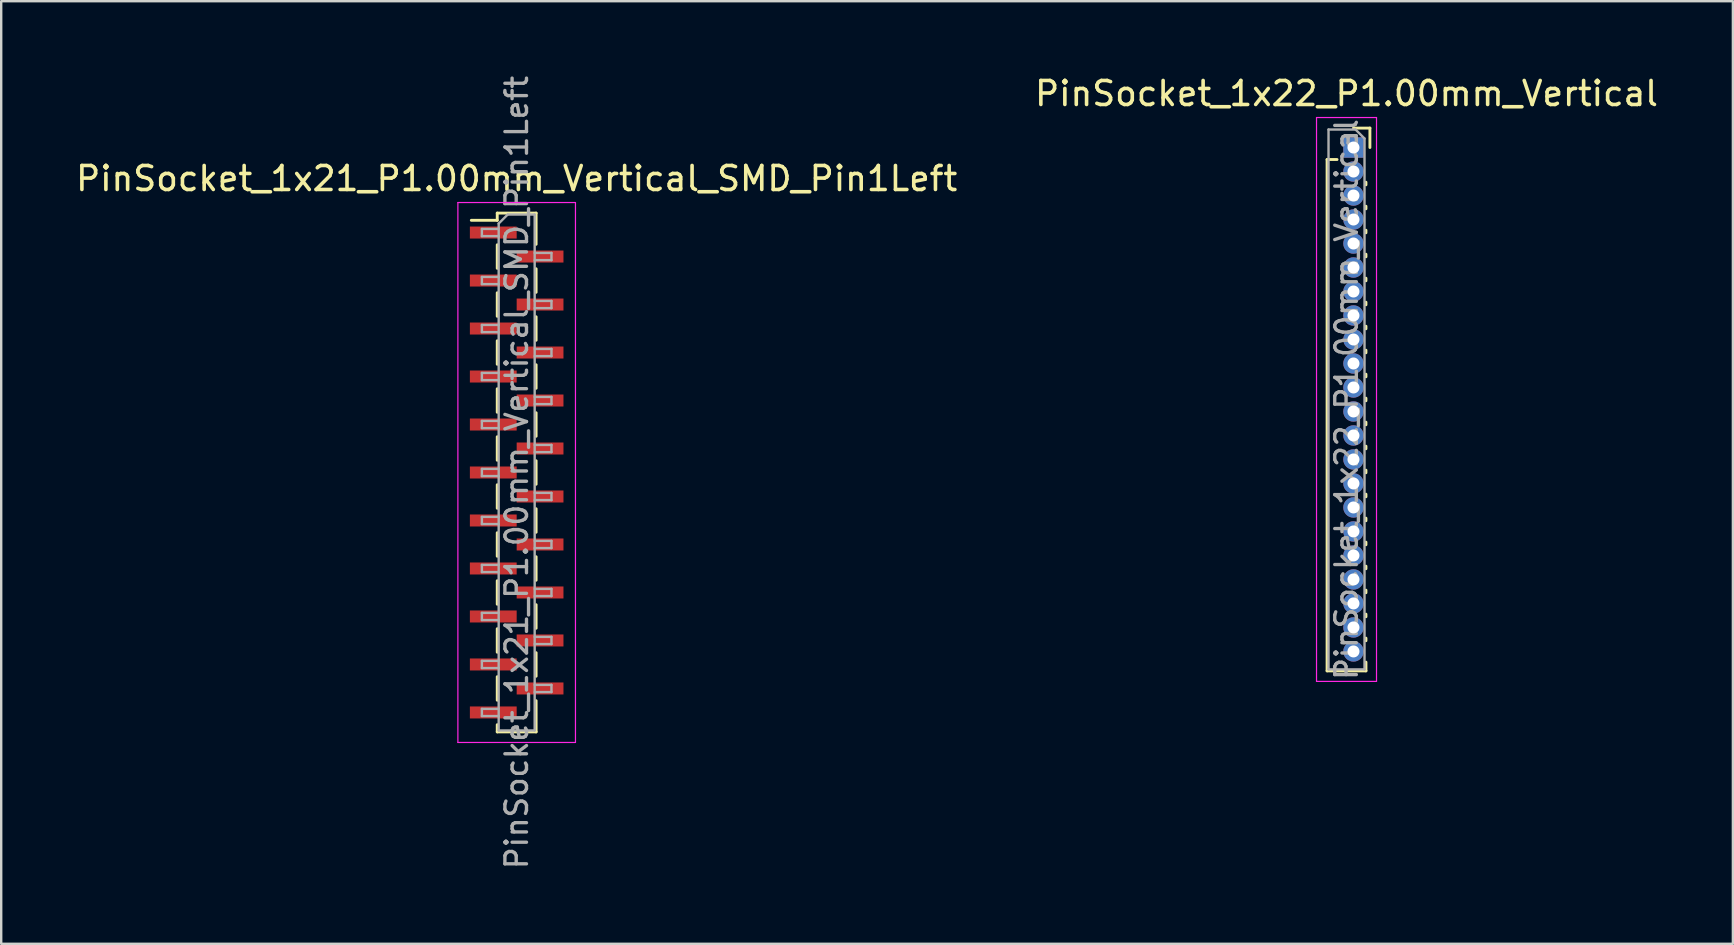
<source format=kicad_pcb>
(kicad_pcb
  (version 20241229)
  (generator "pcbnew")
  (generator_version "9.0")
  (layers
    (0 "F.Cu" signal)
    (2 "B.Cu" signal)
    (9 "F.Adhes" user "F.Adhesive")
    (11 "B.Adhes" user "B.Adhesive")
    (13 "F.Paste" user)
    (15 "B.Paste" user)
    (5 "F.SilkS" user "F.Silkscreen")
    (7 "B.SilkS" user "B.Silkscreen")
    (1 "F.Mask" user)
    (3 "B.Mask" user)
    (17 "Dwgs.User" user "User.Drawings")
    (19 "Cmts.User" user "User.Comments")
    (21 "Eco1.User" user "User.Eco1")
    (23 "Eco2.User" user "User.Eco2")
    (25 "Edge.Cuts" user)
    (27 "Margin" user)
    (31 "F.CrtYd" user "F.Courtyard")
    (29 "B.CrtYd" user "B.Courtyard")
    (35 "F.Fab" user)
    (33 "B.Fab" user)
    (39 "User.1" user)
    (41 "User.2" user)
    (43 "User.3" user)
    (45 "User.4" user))
  (footprint "PinSocket_1x21_P1.00mm_Vertical_SMD_Pin1Left"
    (layer "F.Cu")
    (at 18.482 16.641)
    (property "Reference" "PinSocket_1x21_P1.00mm_Vertical_SMD_Pin1Left" (at 0 -12.25 0) (layer "F.SilkS") (effects (font (size 1 1) (thickness 0.15))))
    (attr smd)
    (fp_line (start -1.89 -10.51) (end -0.81 -10.51) (stroke (width 0.12) (type solid)) (layer "F.SilkS"))
    (fp_line (start -0.81 -10.81) (end -0.81 -10.51) (stroke (width 0.12) (type solid)) (layer "F.SilkS"))
    (fp_line (start -0.81 -10.81) (end 0.81 -10.81) (stroke (width 0.12) (type solid)) (layer "F.SilkS"))
    (fp_line (start -0.81 -9.49) (end -0.81 -8.51) (stroke (width 0.12) (type solid)) (layer "F.SilkS"))
    (fp_line (start -0.81 -7.49) (end -0.81 -6.51) (stroke (width 0.12) (type solid)) (layer "F.SilkS"))
    (fp_line (start -0.81 -5.49) (end -0.81 -4.51) (stroke (width 0.12) (type solid)) (layer "F.SilkS"))
    (fp_line (start -0.81 -3.49) (end -0.81 -2.51) (stroke (width 0.12) (type solid)) (layer "F.SilkS"))
    (fp_line (start -0.81 -1.49) (end -0.81 -0.51) (stroke (width 0.12) (type solid)) (layer "F.SilkS"))
    (fp_line (start -0.81 0.51) (end -0.81 1.49) (stroke (width 0.12) (type solid)) (layer "F.SilkS"))
    (fp_line (start -0.81 2.51) (end -0.81 3.49) (stroke (width 0.12) (type solid)) (layer "F.SilkS"))
    (fp_line (start -0.81 4.51) (end -0.81 5.49) (stroke (width 0.12) (type solid)) (layer "F.SilkS"))
    (fp_line (start -0.81 6.51) (end -0.81 7.49) (stroke (width 0.12) (type solid)) (layer "F.SilkS"))
    (fp_line (start -0.81 8.51) (end -0.81 9.49) (stroke (width 0.12) (type solid)) (layer "F.SilkS"))
    (fp_line (start -0.81 10.51) (end -0.81 10.81) (stroke (width 0.12) (type solid)) (layer "F.SilkS"))
    (fp_line (start -0.81 10.81) (end 0.81 10.81) (stroke (width 0.12) (type solid)) (layer "F.SilkS"))
    (fp_line (start 0.81 -10.81) (end 0.81 -9.51) (stroke (width 0.12) (type solid)) (layer "F.SilkS"))
    (fp_line (start 0.81 -8.49) (end 0.81 -7.51) (stroke (width 0.12) (type solid)) (layer "F.SilkS"))
    (fp_line (start 0.81 -6.49) (end 0.81 -5.51) (stroke (width 0.12) (type solid)) (layer "F.SilkS"))
    (fp_line (start 0.81 -4.49) (end 0.81 -3.51) (stroke (width 0.12) (type solid)) (layer "F.SilkS"))
    (fp_line (start 0.81 -2.49) (end 0.81 -1.51) (stroke (width 0.12) (type solid)) (layer "F.SilkS"))
    (fp_line (start 0.81 -0.49) (end 0.81 0.49) (stroke (width 0.12) (type solid)) (layer "F.SilkS"))
    (fp_line (start 0.81 1.51) (end 0.81 2.49) (stroke (width 0.12) (type solid)) (layer "F.SilkS"))
    (fp_line (start 0.81 3.51) (end 0.81 4.49) (stroke (width 0.12) (type solid)) (layer "F.SilkS"))
    (fp_line (start 0.81 5.51) (end 0.81 6.49) (stroke (width 0.12) (type solid)) (layer "F.SilkS"))
    (fp_line (start 0.81 7.51) (end 0.81 8.49) (stroke (width 0.12) (type solid)) (layer "F.SilkS"))
    (fp_line (start 0.81 9.51) (end 0.81 10.81) (stroke (width 0.12) (type solid)) (layer "F.SilkS"))
    (fp_line (start -2.45 -11.25) (end 2.45 -11.25) (stroke (width 0.05) (type solid)) (layer "F.CrtYd"))
    (fp_line (start -2.45 11.25) (end -2.45 -11.25) (stroke (width 0.05) (type solid)) (layer "F.CrtYd"))
    (fp_line (start 2.45 -11.25) (end 2.45 11.25) (stroke (width 0.05) (type solid)) (layer "F.CrtYd"))
    (fp_line (start 2.45 11.25) (end -2.45 11.25) (stroke (width 0.05) (type solid)) (layer "F.CrtYd"))
    (fp_line (start -1.45 -10.15) (end -0.75 -10.15) (stroke (width 0.1) (type solid)) (layer "F.Fab"))
    (fp_line (start -1.45 -9.85) (end -1.45 -10.15) (stroke (width 0.1) (type solid)) (layer "F.Fab"))
    (fp_line (start -1.45 -8.15) (end -0.75 -8.15) (stroke (width 0.1) (type solid)) (layer "F.Fab"))
    (fp_line (start -1.45 -7.85) (end -1.45 -8.15) (stroke (width 0.1) (type solid)) (layer "F.Fab"))
    (fp_line (start -1.45 -6.15) (end -0.75 -6.15) (stroke (width 0.1) (type solid)) (layer "F.Fab"))
    (fp_line (start -1.45 -5.85) (end -1.45 -6.15) (stroke (width 0.1) (type solid)) (layer "F.Fab"))
    (fp_line (start -1.45 -4.15) (end -0.75 -4.15) (stroke (width 0.1) (type solid)) (layer "F.Fab"))
    (fp_line (start -1.45 -3.85) (end -1.45 -4.15) (stroke (width 0.1) (type solid)) (layer "F.Fab"))
    (fp_line (start -1.45 -2.15) (end -0.75 -2.15) (stroke (width 0.1) (type solid)) (layer "F.Fab"))
    (fp_line (start -1.45 -1.85) (end -1.45 -2.15) (stroke (width 0.1) (type solid)) (layer "F.Fab"))
    (fp_line (start -1.45 -0.15) (end -0.75 -0.15) (stroke (width 0.1) (type solid)) (layer "F.Fab"))
    (fp_line (start -1.45 0.15) (end -1.45 -0.15) (stroke (width 0.1) (type solid)) (layer "F.Fab"))
    (fp_line (start -1.45 1.85) (end -0.75 1.85) (stroke (width 0.1) (type solid)) (layer "F.Fab"))
    (fp_line (start -1.45 2.15) (end -1.45 1.85) (stroke (width 0.1) (type solid)) (layer "F.Fab"))
    (fp_line (start -1.45 3.85) (end -0.75 3.85) (stroke (width 0.1) (type solid)) (layer "F.Fab"))
    (fp_line (start -1.45 4.15) (end -1.45 3.85) (stroke (width 0.1) (type solid)) (layer "F.Fab"))
    (fp_line (start -1.45 5.85) (end -0.75 5.85) (stroke (width 0.1) (type solid)) (layer "F.Fab"))
    (fp_line (start -1.45 6.15) (end -1.45 5.85) (stroke (width 0.1) (type solid)) (layer "F.Fab"))
    (fp_line (start -1.45 7.85) (end -0.75 7.85) (stroke (width 0.1) (type solid)) (layer "F.Fab"))
    (fp_line (start -1.45 8.15) (end -1.45 7.85) (stroke (width 0.1) (type solid)) (layer "F.Fab"))
    (fp_line (start -1.45 9.85) (end -0.75 9.85) (stroke (width 0.1) (type solid)) (layer "F.Fab"))
    (fp_line (start -1.45 10.15) (end -1.45 9.85) (stroke (width 0.1) (type solid)) (layer "F.Fab"))
    (fp_line (start -0.75 -10.375) (end -0.375 -10.75) (stroke (width 0.1) (type solid)) (layer "F.Fab"))
    (fp_line (start -0.75 -9.85) (end -1.45 -9.85) (stroke (width 0.1) (type solid)) (layer "F.Fab"))
    (fp_line (start -0.75 -7.85) (end -1.45 -7.85) (stroke (width 0.1) (type solid)) (layer "F.Fab"))
    (fp_line (start -0.75 -5.85) (end -1.45 -5.85) (stroke (width 0.1) (type solid)) (layer "F.Fab"))
    (fp_line (start -0.75 -3.85) (end -1.45 -3.85) (stroke (width 0.1) (type solid)) (layer "F.Fab"))
    (fp_line (start -0.75 -1.85) (end -1.45 -1.85) (stroke (width 0.1) (type solid)) (layer "F.Fab"))
    (fp_line (start -0.75 0.15) (end -1.45 0.15) (stroke (width 0.1) (type solid)) (layer "F.Fab"))
    (fp_line (start -0.75 2.15) (end -1.45 2.15) (stroke (width 0.1) (type solid)) (layer "F.Fab"))
    (fp_line (start -0.75 4.15) (end -1.45 4.15) (stroke (width 0.1) (type solid)) (layer "F.Fab"))
    (fp_line (start -0.75 6.15) (end -1.45 6.15) (stroke (width 0.1) (type solid)) (layer "F.Fab"))
    (fp_line (start -0.75 8.15) (end -1.45 8.15) (stroke (width 0.1) (type solid)) (layer "F.Fab"))
    (fp_line (start -0.75 10.15) (end -1.45 10.15) (stroke (width 0.1) (type solid)) (layer "F.Fab"))
    (fp_line (start -0.75 10.75) (end -0.75 -10.375) (stroke (width 0.1) (type solid)) (layer "F.Fab"))
    (fp_line (start -0.375 -10.75) (end 0.75 -10.75) (stroke (width 0.1) (type solid)) (layer "F.Fab"))
    (fp_line (start 0.75 -10.75) (end 0.75 10.75) (stroke (width 0.1) (type solid)) (layer "F.Fab"))
    (fp_line (start 0.75 -9.15) (end 1.45 -9.15) (stroke (width 0.1) (type solid)) (layer "F.Fab"))
    (fp_line (start 0.75 -7.15) (end 1.45 -7.15) (stroke (width 0.1) (type solid)) (layer "F.Fab"))
    (fp_line (start 0.75 -5.15) (end 1.45 -5.15) (stroke (width 0.1) (type solid)) (layer "F.Fab"))
    (fp_line (start 0.75 -3.15) (end 1.45 -3.15) (stroke (width 0.1) (type solid)) (layer "F.Fab"))
    (fp_line (start 0.75 -1.15) (end 1.45 -1.15) (stroke (width 0.1) (type solid)) (layer "F.Fab"))
    (fp_line (start 0.75 0.85) (end 1.45 0.85) (stroke (width 0.1) (type solid)) (layer "F.Fab"))
    (fp_line (start 0.75 2.85) (end 1.45 2.85) (stroke (width 0.1) (type solid)) (layer "F.Fab"))
    (fp_line (start 0.75 4.85) (end 1.45 4.85) (stroke (width 0.1) (type solid)) (layer "F.Fab"))
    (fp_line (start 0.75 6.85) (end 1.45 6.85) (stroke (width 0.1) (type solid)) (layer "F.Fab"))
    (fp_line (start 0.75 8.85) (end 1.45 8.85) (stroke (width 0.1) (type solid)) (layer "F.Fab"))
    (fp_line (start 0.75 10.75) (end -0.75 10.75) (stroke (width 0.1) (type solid)) (layer "F.Fab"))
    (fp_line (start 1.45 -9.15) (end 1.45 -8.85) (stroke (width 0.1) (type solid)) (layer "F.Fab"))
    (fp_line (start 1.45 -8.85) (end 0.75 -8.85) (stroke (width 0.1) (type solid)) (layer "F.Fab"))
    (fp_line (start 1.45 -7.15) (end 1.45 -6.85) (stroke (width 0.1) (type solid)) (layer "F.Fab"))
    (fp_line (start 1.45 -6.85) (end 0.75 -6.85) (stroke (width 0.1) (type solid)) (layer "F.Fab"))
    (fp_line (start 1.45 -5.15) (end 1.45 -4.85) (stroke (width 0.1) (type solid)) (layer "F.Fab"))
    (fp_line (start 1.45 -4.85) (end 0.75 -4.85) (stroke (width 0.1) (type solid)) (layer "F.Fab"))
    (fp_line (start 1.45 -3.15) (end 1.45 -2.85) (stroke (width 0.1) (type solid)) (layer "F.Fab"))
    (fp_line (start 1.45 -2.85) (end 0.75 -2.85) (stroke (width 0.1) (type solid)) (layer "F.Fab"))
    (fp_line (start 1.45 -1.15) (end 1.45 -0.85) (stroke (width 0.1) (type solid)) (layer "F.Fab"))
    (fp_line (start 1.45 -0.85) (end 0.75 -0.85) (stroke (width 0.1) (type solid)) (layer "F.Fab"))
    (fp_line (start 1.45 0.85) (end 1.45 1.15) (stroke (width 0.1) (type solid)) (layer "F.Fab"))
    (fp_line (start 1.45 1.15) (end 0.75 1.15) (stroke (width 0.1) (type solid)) (layer "F.Fab"))
    (fp_line (start 1.45 2.85) (end 1.45 3.15) (stroke (width 0.1) (type solid)) (layer "F.Fab"))
    (fp_line (start 1.45 3.15) (end 0.75 3.15) (stroke (width 0.1) (type solid)) (layer "F.Fab"))
    (fp_line (start 1.45 4.85) (end 1.45 5.15) (stroke (width 0.1) (type solid)) (layer "F.Fab"))
    (fp_line (start 1.45 5.15) (end 0.75 5.15) (stroke (width 0.1) (type solid)) (layer "F.Fab"))
    (fp_line (start 1.45 6.85) (end 1.45 7.15) (stroke (width 0.1) (type solid)) (layer "F.Fab"))
    (fp_line (start 1.45 7.15) (end 0.75 7.15) (stroke (width 0.1) (type solid)) (layer "F.Fab"))
    (fp_line (start 1.45 8.85) (end 1.45 9.15) (stroke (width 0.1) (type solid)) (layer "F.Fab"))
    (fp_line (start 1.45 9.15) (end 0.75 9.15) (stroke (width 0.1) (type solid)) (layer "F.Fab"))
    (fp_text user "${REFERENCE}" (at 0 0 90) (layer "F.Fab") (effects (font (size 0.9 0.9) (thickness 0.14))))
    (pad "1" smd rect (at -0.975 -10) (size 1.95 0.5) (layers "F.Cu" "F.Mask" "F.Paste"))
    (pad "2" smd rect (at 0.975 -9) (size 1.95 0.5) (layers "F.Cu" "F.Mask" "F.Paste"))
    (pad "3" smd rect (at -0.975 -8) (size 1.95 0.5) (layers "F.Cu" "F.Mask" "F.Paste"))
    (pad "4" smd rect (at 0.975 -7) (size 1.95 0.5) (layers "F.Cu" "F.Mask" "F.Paste"))
    (pad "5" smd rect (at -0.975 -6) (size 1.95 0.5) (layers "F.Cu" "F.Mask" "F.Paste"))
    (pad "6" smd rect (at 0.975 -5) (size 1.95 0.5) (layers "F.Cu" "F.Mask" "F.Paste"))
    (pad "7" smd rect (at -0.975 -4) (size 1.95 0.5) (layers "F.Cu" "F.Mask" "F.Paste"))
    (pad "8" smd rect (at 0.975 -3) (size 1.95 0.5) (layers "F.Cu" "F.Mask" "F.Paste"))
    (pad "9" smd rect (at -0.975 -2) (size 1.95 0.5) (layers "F.Cu" "F.Mask" "F.Paste"))
    (pad "10" smd rect (at 0.975 -1) (size 1.95 0.5) (layers "F.Cu" "F.Mask" "F.Paste"))
    (pad "11" smd rect (at -0.975 0) (size 1.95 0.5) (layers "F.Cu" "F.Mask" "F.Paste"))
    (pad "12" smd rect (at 0.975 1) (size 1.95 0.5) (layers "F.Cu" "F.Mask" "F.Paste"))
    (pad "13" smd rect (at -0.975 2) (size 1.95 0.5) (layers "F.Cu" "F.Mask" "F.Paste"))
    (pad "14" smd rect (at 0.975 3) (size 1.95 0.5) (layers "F.Cu" "F.Mask" "F.Paste"))
    (pad "15" smd rect (at -0.975 4) (size 1.95 0.5) (layers "F.Cu" "F.Mask" "F.Paste"))
    (pad "16" smd rect (at 0.975 5) (size 1.95 0.5) (layers "F.Cu" "F.Mask" "F.Paste"))
    (pad "17" smd rect (at -0.975 6) (size 1.95 0.5) (layers "F.Cu" "F.Mask" "F.Paste"))
    (pad "18" smd rect (at 0.975 7) (size 1.95 0.5) (layers "F.Cu" "F.Mask" "F.Paste"))
    (pad "19" smd rect (at -0.975 8) (size 1.95 0.5) (layers "F.Cu" "F.Mask" "F.Paste"))
    (pad "20" smd rect (at 0.975 9) (size 1.95 0.5) (layers "F.Cu" "F.Mask" "F.Paste"))
    (pad "21" smd rect (at -0.975 10) (size 1.95 0.5) (layers "F.Cu" "F.Mask" "F.Paste")))
  (footprint "PinSocket_1x22_P1.00mm_Vertical"
    (layer "F.Cu")
    (at 53.355 3.098)
    (property "Reference" "PinSocket_1x22_P1.00mm_Vertical" (at -0.29 -2.25 0) (layer "F.SilkS") (effects (font (size 1 1) (thickness 0.15))))
    (attr through_hole)
    (fp_line (start -1.1 0.5) (end -1.1 21.81) (stroke (width 0.12) (type solid)) (layer "F.SilkS"))
    (fp_line (start -1.1 0.5) (end -0.685 0.5) (stroke (width 0.12) (type solid)) (layer "F.SilkS"))
    (fp_line (start -1.1 21.81) (end 0.52 21.81) (stroke (width 0.12) (type solid)) (layer "F.SilkS"))
    (fp_line (start 0 -0.81) (end 0.685 -0.81) (stroke (width 0.12) (type solid)) (layer "F.SilkS"))
    (fp_line (start 0.52 1.446) (end 0.52 1.554) (stroke (width 0.12) (type solid)) (layer "F.SilkS"))
    (fp_line (start 0.52 2.446) (end 0.52 2.554) (stroke (width 0.12) (type solid)) (layer "F.SilkS"))
    (fp_line (start 0.52 3.446) (end 0.52 3.554) (stroke (width 0.12) (type solid)) (layer "F.SilkS"))
    (fp_line (start 0.52 4.446) (end 0.52 4.554) (stroke (width 0.12) (type solid)) (layer "F.SilkS"))
    (fp_line (start 0.52 5.446) (end 0.52 5.554) (stroke (width 0.12) (type solid)) (layer "F.SilkS"))
    (fp_line (start 0.52 6.446) (end 0.52 6.554) (stroke (width 0.12) (type solid)) (layer "F.SilkS"))
    (fp_line (start 0.52 7.446) (end 0.52 7.554) (stroke (width 0.12) (type solid)) (layer "F.SilkS"))
    (fp_line (start 0.52 8.446) (end 0.52 8.554) (stroke (width 0.12) (type solid)) (layer "F.SilkS"))
    (fp_line (start 0.52 9.446) (end 0.52 9.554) (stroke (width 0.12) (type solid)) (layer "F.SilkS"))
    (fp_line (start 0.52 10.446) (end 0.52 10.554) (stroke (width 0.12) (type solid)) (layer "F.SilkS"))
    (fp_line (start 0.52 11.446) (end 0.52 11.554) (stroke (width 0.12) (type solid)) (layer "F.SilkS"))
    (fp_line (start 0.52 12.446) (end 0.52 12.554) (stroke (width 0.12) (type solid)) (layer "F.SilkS"))
    (fp_line (start 0.52 13.446) (end 0.52 13.554) (stroke (width 0.12) (type solid)) (layer "F.SilkS"))
    (fp_line (start 0.52 14.446) (end 0.52 14.554) (stroke (width 0.12) (type solid)) (layer "F.SilkS"))
    (fp_line (start 0.52 15.446) (end 0.52 15.554) (stroke (width 0.12) (type solid)) (layer "F.SilkS"))
    (fp_line (start 0.52 16.446) (end 0.52 16.554) (stroke (width 0.12) (type solid)) (layer "F.SilkS"))
    (fp_line (start 0.52 17.446) (end 0.52 17.554) (stroke (width 0.12) (type solid)) (layer "F.SilkS"))
    (fp_line (start 0.52 18.446) (end 0.52 18.554) (stroke (width 0.12) (type solid)) (layer "F.SilkS"))
    (fp_line (start 0.52 19.446) (end 0.52 19.554) (stroke (width 0.12) (type solid)) (layer "F.SilkS"))
    (fp_line (start 0.52 20.446) (end 0.52 20.554) (stroke (width 0.12) (type solid)) (layer "F.SilkS"))
    (fp_line (start 0.52 21.446) (end 0.52 21.81) (stroke (width 0.12) (type solid)) (layer "F.SilkS"))
    (fp_line (start 0.685 -0.81) (end 0.685 0) (stroke (width 0.12) (type solid)) (layer "F.SilkS"))
    (fp_line (start -1.54 -1.25) (end 0.96 -1.25) (stroke (width 0.05) (type solid)) (layer "F.CrtYd"))
    (fp_line (start -1.54 22.25) (end -1.54 -1.25) (stroke (width 0.05) (type solid)) (layer "F.CrtYd"))
    (fp_line (start 0.96 -1.25) (end 0.96 22.25) (stroke (width 0.05) (type solid)) (layer "F.CrtYd"))
    (fp_line (start 0.96 22.25) (end -1.54 22.25) (stroke (width 0.05) (type solid)) (layer "F.CrtYd"))
    (fp_line (start -1.04 -0.75) (end 0.085 -0.75) (stroke (width 0.1) (type solid)) (layer "F.Fab"))
    (fp_line (start -1.04 21.75) (end -1.04 -0.75) (stroke (width 0.1) (type solid)) (layer "F.Fab"))
    (fp_line (start 0.085 -0.75) (end 0.46 -0.375) (stroke (width 0.1) (type solid)) (layer "F.Fab"))
    (fp_line (start 0.46 -0.375) (end 0.46 21.75) (stroke (width 0.1) (type solid)) (layer "F.Fab"))
    (fp_line (start 0.46 21.75) (end -1.04 21.75) (stroke (width 0.1) (type solid)) (layer "F.Fab"))
    (fp_text user "${REFERENCE}" (at -0.29 10.5 90) (layer "F.Fab") (effects (font (size 0.9 0.9) (thickness 0.14))))
    (pad "1" thru_hole rect (at 0 0) (size 0.85 0.85) (drill 0.5) (layers "*.Cu" "*.Mask"))
    (pad "2" thru_hole oval (at 0 1) (size 0.85 0.85) (drill 0.5) (layers "*.Cu" "*.Mask"))
    (pad "3" thru_hole oval (at 0 2) (size 0.85 0.85) (drill 0.5) (layers "*.Cu" "*.Mask"))
    (pad "4" thru_hole oval (at 0 3) (size 0.85 0.85) (drill 0.5) (layers "*.Cu" "*.Mask"))
    (pad "5" thru_hole oval (at 0 4) (size 0.85 0.85) (drill 0.5) (layers "*.Cu" "*.Mask"))
    (pad "6" thru_hole oval (at 0 5) (size 0.85 0.85) (drill 0.5) (layers "*.Cu" "*.Mask"))
    (pad "7" thru_hole oval (at 0 6) (size 0.85 0.85) (drill 0.5) (layers "*.Cu" "*.Mask"))
    (pad "8" thru_hole oval (at 0 7) (size 0.85 0.85) (drill 0.5) (layers "*.Cu" "*.Mask"))
    (pad "9" thru_hole oval (at 0 8) (size 0.85 0.85) (drill 0.5) (layers "*.Cu" "*.Mask"))
    (pad "10" thru_hole oval (at 0 9) (size 0.85 0.85) (drill 0.5) (layers "*.Cu" "*.Mask"))
    (pad "11" thru_hole oval (at 0 10) (size 0.85 0.85) (drill 0.5) (layers "*.Cu" "*.Mask"))
    (pad "12" thru_hole oval (at 0 11) (size 0.85 0.85) (drill 0.5) (layers "*.Cu" "*.Mask"))
    (pad "13" thru_hole oval (at 0 12) (size 0.85 0.85) (drill 0.5) (layers "*.Cu" "*.Mask"))
    (pad "14" thru_hole oval (at 0 13) (size 0.85 0.85) (drill 0.5) (layers "*.Cu" "*.Mask"))
    (pad "15" thru_hole oval (at 0 14) (size 0.85 0.85) (drill 0.5) (layers "*.Cu" "*.Mask"))
    (pad "16" thru_hole oval (at 0 15) (size 0.85 0.85) (drill 0.5) (layers "*.Cu" "*.Mask"))
    (pad "17" thru_hole oval (at 0 16) (size 0.85 0.85) (drill 0.5) (layers "*.Cu" "*.Mask"))
    (pad "18" thru_hole oval (at 0 17) (size 0.85 0.85) (drill 0.5) (layers "*.Cu" "*.Mask"))
    (pad "19" thru_hole oval (at 0 18) (size 0.85 0.85) (drill 0.5) (layers "*.Cu" "*.Mask"))
    (pad "20" thru_hole oval (at 0 19) (size 0.85 0.85) (drill 0.5) (layers "*.Cu" "*.Mask"))
    (pad "21" thru_hole oval (at 0 20) (size 0.85 0.85) (drill 0.5) (layers "*.Cu" "*.Mask"))
    (pad "22" thru_hole oval (at 0 21) (size 0.85 0.85) (drill 0.5) (layers "*.Cu" "*.Mask")))
  (gr_rect
    (start -3 -3)
    (end 69.167 36.283)
    (stroke (width 0.1) (type default))
    (fill no)
    (layer "Edge.Cuts")))
</source>
